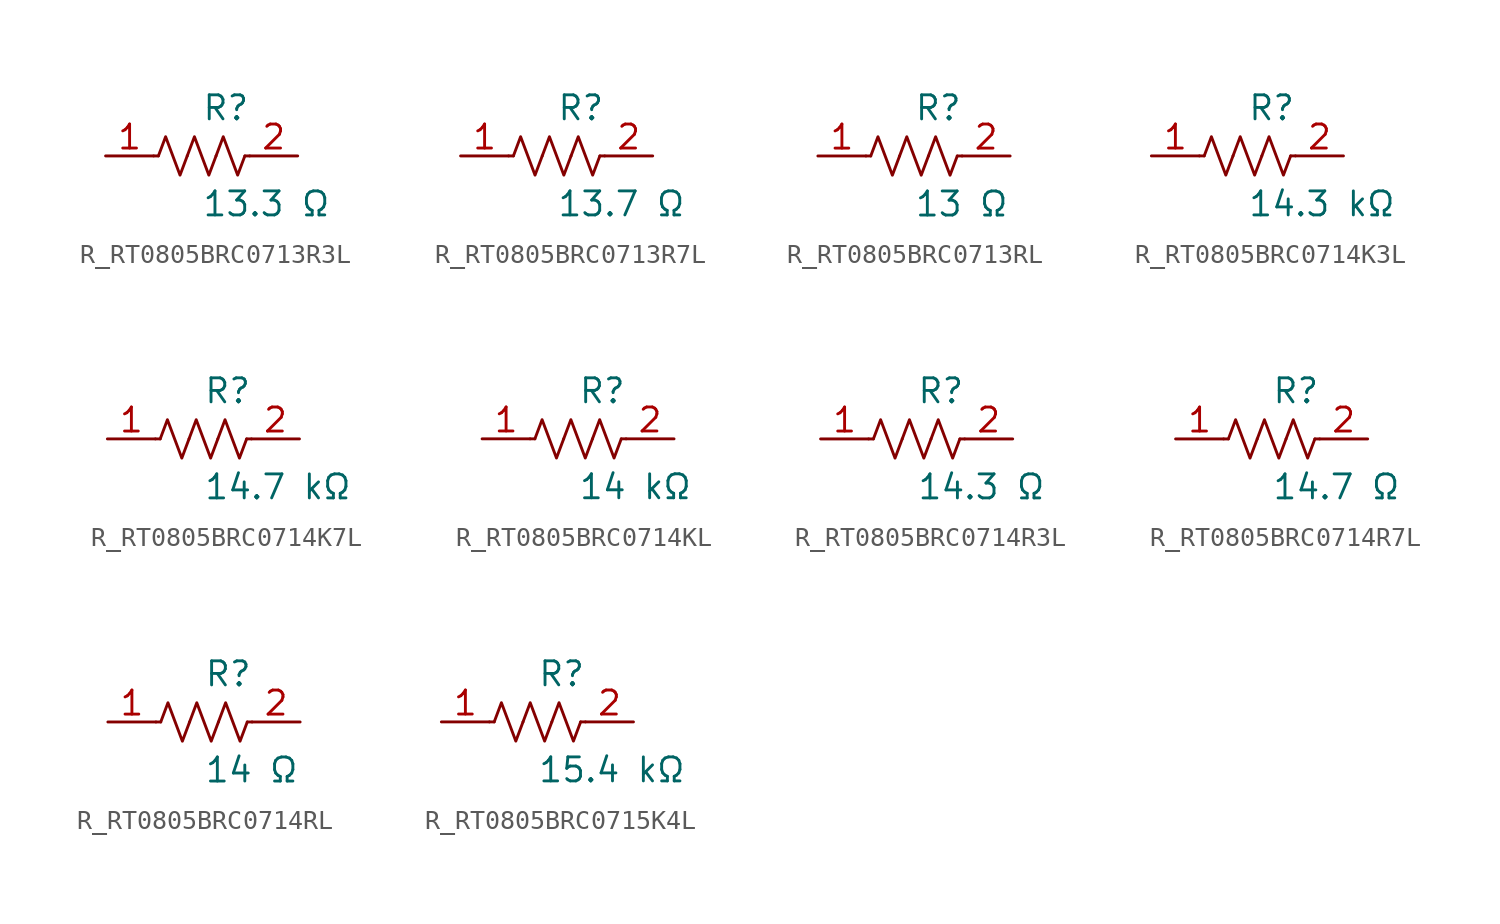
<source format=kicad_sym>
(kicad_symbol_lib
  (version 20231120)
  (generator kicad_symbol_editor)
  (generator_version 8.0)
  (symbol "R_RT0805BRC0713R3L"
    (pin_names
      (offset 0.254))
    (property "Reference" "R"
      (at 0 2.54 0)
      (effects (font (size 1.27 1.27)) (justify left)))
    (property "Value" "13.3 Ω"
      (at 0 -2.54 0)
      (effects (font (size 1.27 1.27)) (justify left)))
    (symbol "R_RT0805BRC0713R3L_0_1"
      (polyline (pts (xy 2.286 0) (xy 2.54 0)) (stroke (width 0) (type default)) (fill (type none)))
      (polyline (pts (xy -2.286 0) (xy -2.54 0)) (stroke (width 0) (type default)) (fill (type none)))
      (polyline (pts (xy 0.762 0) (xy 1.143 1.016) (xy 1.524 0) (xy 1.905 -1.016) (xy 2.286 0)) (stroke (width 0) (type default)) (fill (type none)))
      (polyline (pts (xy -0.762 0) (xy -0.381 1.016) (xy 0 0) (xy 0.381 -1.016) (xy 0.762 0)) (stroke (width 0) (type default)) (fill (type none)))
      (polyline (pts (xy -2.286 0) (xy -1.905 1.016) (xy -1.524 0) (xy -1.143 -1.016) (xy -0.762 0)) (stroke (width 0) (type default)) (fill (type none))))
    (pin unspecified line
      (at -5.08 0 0)
      (length 2.54)
      (name "" (effects (font (size 1.27 1.27))))
      (number "1" (effects (font (size 1.27 1.27)))))
    (pin unspecified line
      (at 5.08 0 180)
      (length 2.54)
      (name "" (effects (font (size 1.27 1.27))))
      (number "2" (effects (font (size 1.27 1.27))))))
  (symbol "R_RT0805BRC0713R7L"
    (pin_names
      (offset 0.254))
    (property "Reference" "R"
      (at 0 2.54 0)
      (effects (font (size 1.27 1.27)) (justify left)))
    (property "Value" "13.7 Ω"
      (at 0 -2.54 0)
      (effects (font (size 1.27 1.27)) (justify left)))
    (symbol "R_RT0805BRC0713R7L_0_1"
      (polyline (pts (xy 2.286 0) (xy 2.54 0)) (stroke (width 0) (type default)) (fill (type none)))
      (polyline (pts (xy -2.286 0) (xy -2.54 0)) (stroke (width 0) (type default)) (fill (type none)))
      (polyline (pts (xy 0.762 0) (xy 1.143 1.016) (xy 1.524 0) (xy 1.905 -1.016) (xy 2.286 0)) (stroke (width 0) (type default)) (fill (type none)))
      (polyline (pts (xy -0.762 0) (xy -0.381 1.016) (xy 0 0) (xy 0.381 -1.016) (xy 0.762 0)) (stroke (width 0) (type default)) (fill (type none)))
      (polyline (pts (xy -2.286 0) (xy -1.905 1.016) (xy -1.524 0) (xy -1.143 -1.016) (xy -0.762 0)) (stroke (width 0) (type default)) (fill (type none))))
    (pin unspecified line
      (at -5.08 0 0)
      (length 2.54)
      (name "" (effects (font (size 1.27 1.27))))
      (number "1" (effects (font (size 1.27 1.27)))))
    (pin unspecified line
      (at 5.08 0 180)
      (length 2.54)
      (name "" (effects (font (size 1.27 1.27))))
      (number "2" (effects (font (size 1.27 1.27))))))
  (symbol "R_RT0805BRC0713RL"
    (pin_names
      (offset 0.254))
    (property "Reference" "R"
      (at 0 2.54 0)
      (effects (font (size 1.27 1.27)) (justify left)))
    (property "Value" "13 Ω"
      (at 0 -2.54 0)
      (effects (font (size 1.27 1.27)) (justify left)))
    (symbol "R_RT0805BRC0713RL_0_1"
      (polyline (pts (xy 2.286 0) (xy 2.54 0)) (stroke (width 0) (type default)) (fill (type none)))
      (polyline (pts (xy -2.286 0) (xy -2.54 0)) (stroke (width 0) (type default)) (fill (type none)))
      (polyline (pts (xy 0.762 0) (xy 1.143 1.016) (xy 1.524 0) (xy 1.905 -1.016) (xy 2.286 0)) (stroke (width 0) (type default)) (fill (type none)))
      (polyline (pts (xy -0.762 0) (xy -0.381 1.016) (xy 0 0) (xy 0.381 -1.016) (xy 0.762 0)) (stroke (width 0) (type default)) (fill (type none)))
      (polyline (pts (xy -2.286 0) (xy -1.905 1.016) (xy -1.524 0) (xy -1.143 -1.016) (xy -0.762 0)) (stroke (width 0) (type default)) (fill (type none))))
    (pin unspecified line
      (at -5.08 0 0)
      (length 2.54)
      (name "" (effects (font (size 1.27 1.27))))
      (number "1" (effects (font (size 1.27 1.27)))))
    (pin unspecified line
      (at 5.08 0 180)
      (length 2.54)
      (name "" (effects (font (size 1.27 1.27))))
      (number "2" (effects (font (size 1.27 1.27))))))
  (symbol "R_RT0805BRC0714K3L"
    (pin_names
      (offset 0.254))
    (property "Reference" "R"
      (at 0 2.54 0)
      (effects (font (size 1.27 1.27)) (justify left)))
    (property "Value" "14.3 kΩ"
      (at 0 -2.54 0)
      (effects (font (size 1.27 1.27)) (justify left)))
    (symbol "R_RT0805BRC0714K3L_0_1"
      (polyline (pts (xy 2.286 0) (xy 2.54 0)) (stroke (width 0) (type default)) (fill (type none)))
      (polyline (pts (xy -2.286 0) (xy -2.54 0)) (stroke (width 0) (type default)) (fill (type none)))
      (polyline (pts (xy 0.762 0) (xy 1.143 1.016) (xy 1.524 0) (xy 1.905 -1.016) (xy 2.286 0)) (stroke (width 0) (type default)) (fill (type none)))
      (polyline (pts (xy -0.762 0) (xy -0.381 1.016) (xy 0 0) (xy 0.381 -1.016) (xy 0.762 0)) (stroke (width 0) (type default)) (fill (type none)))
      (polyline (pts (xy -2.286 0) (xy -1.905 1.016) (xy -1.524 0) (xy -1.143 -1.016) (xy -0.762 0)) (stroke (width 0) (type default)) (fill (type none))))
    (pin unspecified line
      (at -5.08 0 0)
      (length 2.54)
      (name "" (effects (font (size 1.27 1.27))))
      (number "1" (effects (font (size 1.27 1.27)))))
    (pin unspecified line
      (at 5.08 0 180)
      (length 2.54)
      (name "" (effects (font (size 1.27 1.27))))
      (number "2" (effects (font (size 1.27 1.27))))))
  (symbol "R_RT0805BRC0714K7L"
    (pin_names
      (offset 0.254))
    (property "Reference" "R"
      (at 0 2.54 0)
      (effects (font (size 1.27 1.27)) (justify left)))
    (property "Value" "14.7 kΩ"
      (at 0 -2.54 0)
      (effects (font (size 1.27 1.27)) (justify left)))
    (symbol "R_RT0805BRC0714K7L_0_1"
      (polyline (pts (xy 2.286 0) (xy 2.54 0)) (stroke (width 0) (type default)) (fill (type none)))
      (polyline (pts (xy -2.286 0) (xy -2.54 0)) (stroke (width 0) (type default)) (fill (type none)))
      (polyline (pts (xy 0.762 0) (xy 1.143 1.016) (xy 1.524 0) (xy 1.905 -1.016) (xy 2.286 0)) (stroke (width 0) (type default)) (fill (type none)))
      (polyline (pts (xy -0.762 0) (xy -0.381 1.016) (xy 0 0) (xy 0.381 -1.016) (xy 0.762 0)) (stroke (width 0) (type default)) (fill (type none)))
      (polyline (pts (xy -2.286 0) (xy -1.905 1.016) (xy -1.524 0) (xy -1.143 -1.016) (xy -0.762 0)) (stroke (width 0) (type default)) (fill (type none))))
    (pin unspecified line
      (at -5.08 0 0)
      (length 2.54)
      (name "" (effects (font (size 1.27 1.27))))
      (number "1" (effects (font (size 1.27 1.27)))))
    (pin unspecified line
      (at 5.08 0 180)
      (length 2.54)
      (name "" (effects (font (size 1.27 1.27))))
      (number "2" (effects (font (size 1.27 1.27))))))
  (symbol "R_RT0805BRC0714KL"
    (pin_names
      (offset 0.254))
    (property "Reference" "R"
      (at 0 2.54 0)
      (effects (font (size 1.27 1.27)) (justify left)))
    (property "Value" "14 kΩ"
      (at 0 -2.54 0)
      (effects (font (size 1.27 1.27)) (justify left)))
    (symbol "R_RT0805BRC0714KL_0_1"
      (polyline (pts (xy 2.286 0) (xy 2.54 0)) (stroke (width 0) (type default)) (fill (type none)))
      (polyline (pts (xy -2.286 0) (xy -2.54 0)) (stroke (width 0) (type default)) (fill (type none)))
      (polyline (pts (xy 0.762 0) (xy 1.143 1.016) (xy 1.524 0) (xy 1.905 -1.016) (xy 2.286 0)) (stroke (width 0) (type default)) (fill (type none)))
      (polyline (pts (xy -0.762 0) (xy -0.381 1.016) (xy 0 0) (xy 0.381 -1.016) (xy 0.762 0)) (stroke (width 0) (type default)) (fill (type none)))
      (polyline (pts (xy -2.286 0) (xy -1.905 1.016) (xy -1.524 0) (xy -1.143 -1.016) (xy -0.762 0)) (stroke (width 0) (type default)) (fill (type none))))
    (pin unspecified line
      (at -5.08 0 0)
      (length 2.54)
      (name "" (effects (font (size 1.27 1.27))))
      (number "1" (effects (font (size 1.27 1.27)))))
    (pin unspecified line
      (at 5.08 0 180)
      (length 2.54)
      (name "" (effects (font (size 1.27 1.27))))
      (number "2" (effects (font (size 1.27 1.27))))))
  (symbol "R_RT0805BRC0714R3L"
    (pin_names
      (offset 0.254))
    (property "Reference" "R"
      (at 0 2.54 0)
      (effects (font (size 1.27 1.27)) (justify left)))
    (property "Value" "14.3 Ω"
      (at 0 -2.54 0)
      (effects (font (size 1.27 1.27)) (justify left)))
    (symbol "R_RT0805BRC0714R3L_0_1"
      (polyline (pts (xy 2.286 0) (xy 2.54 0)) (stroke (width 0) (type default)) (fill (type none)))
      (polyline (pts (xy -2.286 0) (xy -2.54 0)) (stroke (width 0) (type default)) (fill (type none)))
      (polyline (pts (xy 0.762 0) (xy 1.143 1.016) (xy 1.524 0) (xy 1.905 -1.016) (xy 2.286 0)) (stroke (width 0) (type default)) (fill (type none)))
      (polyline (pts (xy -0.762 0) (xy -0.381 1.016) (xy 0 0) (xy 0.381 -1.016) (xy 0.762 0)) (stroke (width 0) (type default)) (fill (type none)))
      (polyline (pts (xy -2.286 0) (xy -1.905 1.016) (xy -1.524 0) (xy -1.143 -1.016) (xy -0.762 0)) (stroke (width 0) (type default)) (fill (type none))))
    (pin unspecified line
      (at -5.08 0 0)
      (length 2.54)
      (name "" (effects (font (size 1.27 1.27))))
      (number "1" (effects (font (size 1.27 1.27)))))
    (pin unspecified line
      (at 5.08 0 180)
      (length 2.54)
      (name "" (effects (font (size 1.27 1.27))))
      (number "2" (effects (font (size 1.27 1.27))))))
  (symbol "R_RT0805BRC0714R7L"
    (pin_names
      (offset 0.254))
    (property "Reference" "R"
      (at 0 2.54 0)
      (effects (font (size 1.27 1.27)) (justify left)))
    (property "Value" "14.7 Ω"
      (at 0 -2.54 0)
      (effects (font (size 1.27 1.27)) (justify left)))
    (symbol "R_RT0805BRC0714R7L_0_1"
      (polyline (pts (xy 2.286 0) (xy 2.54 0)) (stroke (width 0) (type default)) (fill (type none)))
      (polyline (pts (xy -2.286 0) (xy -2.54 0)) (stroke (width 0) (type default)) (fill (type none)))
      (polyline (pts (xy 0.762 0) (xy 1.143 1.016) (xy 1.524 0) (xy 1.905 -1.016) (xy 2.286 0)) (stroke (width 0) (type default)) (fill (type none)))
      (polyline (pts (xy -0.762 0) (xy -0.381 1.016) (xy 0 0) (xy 0.381 -1.016) (xy 0.762 0)) (stroke (width 0) (type default)) (fill (type none)))
      (polyline (pts (xy -2.286 0) (xy -1.905 1.016) (xy -1.524 0) (xy -1.143 -1.016) (xy -0.762 0)) (stroke (width 0) (type default)) (fill (type none))))
    (pin unspecified line
      (at -5.08 0 0)
      (length 2.54)
      (name "" (effects (font (size 1.27 1.27))))
      (number "1" (effects (font (size 1.27 1.27)))))
    (pin unspecified line
      (at 5.08 0 180)
      (length 2.54)
      (name "" (effects (font (size 1.27 1.27))))
      (number "2" (effects (font (size 1.27 1.27))))))
  (symbol "R_RT0805BRC0714RL"
    (pin_names
      (offset 0.254))
    (property "Reference" "R"
      (at 0 2.54 0)
      (effects (font (size 1.27 1.27)) (justify left)))
    (property "Value" "14 Ω"
      (at 0 -2.54 0)
      (effects (font (size 1.27 1.27)) (justify left)))
    (symbol "R_RT0805BRC0714RL_0_1"
      (polyline (pts (xy 2.286 0) (xy 2.54 0)) (stroke (width 0) (type default)) (fill (type none)))
      (polyline (pts (xy -2.286 0) (xy -2.54 0)) (stroke (width 0) (type default)) (fill (type none)))
      (polyline (pts (xy 0.762 0) (xy 1.143 1.016) (xy 1.524 0) (xy 1.905 -1.016) (xy 2.286 0)) (stroke (width 0) (type default)) (fill (type none)))
      (polyline (pts (xy -0.762 0) (xy -0.381 1.016) (xy 0 0) (xy 0.381 -1.016) (xy 0.762 0)) (stroke (width 0) (type default)) (fill (type none)))
      (polyline (pts (xy -2.286 0) (xy -1.905 1.016) (xy -1.524 0) (xy -1.143 -1.016) (xy -0.762 0)) (stroke (width 0) (type default)) (fill (type none))))
    (pin unspecified line
      (at -5.08 0 0)
      (length 2.54)
      (name "" (effects (font (size 1.27 1.27))))
      (number "1" (effects (font (size 1.27 1.27)))))
    (pin unspecified line
      (at 5.08 0 180)
      (length 2.54)
      (name "" (effects (font (size 1.27 1.27))))
      (number "2" (effects (font (size 1.27 1.27))))))
  (symbol "R_RT0805BRC0715K4L"
    (pin_names
      (offset 0.254))
    (property "Reference" "R"
      (at 0 2.54 0)
      (effects (font (size 1.27 1.27)) (justify left)))
    (property "Value" "15.4 kΩ"
      (at 0 -2.54 0)
      (effects (font (size 1.27 1.27)) (justify left)))
    (symbol "R_RT0805BRC0715K4L_0_1"
      (polyline (pts (xy 2.286 0) (xy 2.54 0)) (stroke (width 0) (type default)) (fill (type none)))
      (polyline (pts (xy -2.286 0) (xy -2.54 0)) (stroke (width 0) (type default)) (fill (type none)))
      (polyline (pts (xy 0.762 0) (xy 1.143 1.016) (xy 1.524 0) (xy 1.905 -1.016) (xy 2.286 0)) (stroke (width 0) (type default)) (fill (type none)))
      (polyline (pts (xy -0.762 0) (xy -0.381 1.016) (xy 0 0) (xy 0.381 -1.016) (xy 0.762 0)) (stroke (width 0) (type default)) (fill (type none)))
      (polyline (pts (xy -2.286 0) (xy -1.905 1.016) (xy -1.524 0) (xy -1.143 -1.016) (xy -0.762 0)) (stroke (width 0) (type default)) (fill (type none))))
    (pin unspecified line
      (at -5.08 0 0)
      (length 2.54)
      (name "" (effects (font (size 1.27 1.27))))
      (number "1" (effects (font (size 1.27 1.27)))))
    (pin unspecified line
      (at 5.08 0 180)
      (length 2.54)
      (name "" (effects (font (size 1.27 1.27))))
      (number "2" (effects (font (size 1.27 1.27)))))))
</source>
